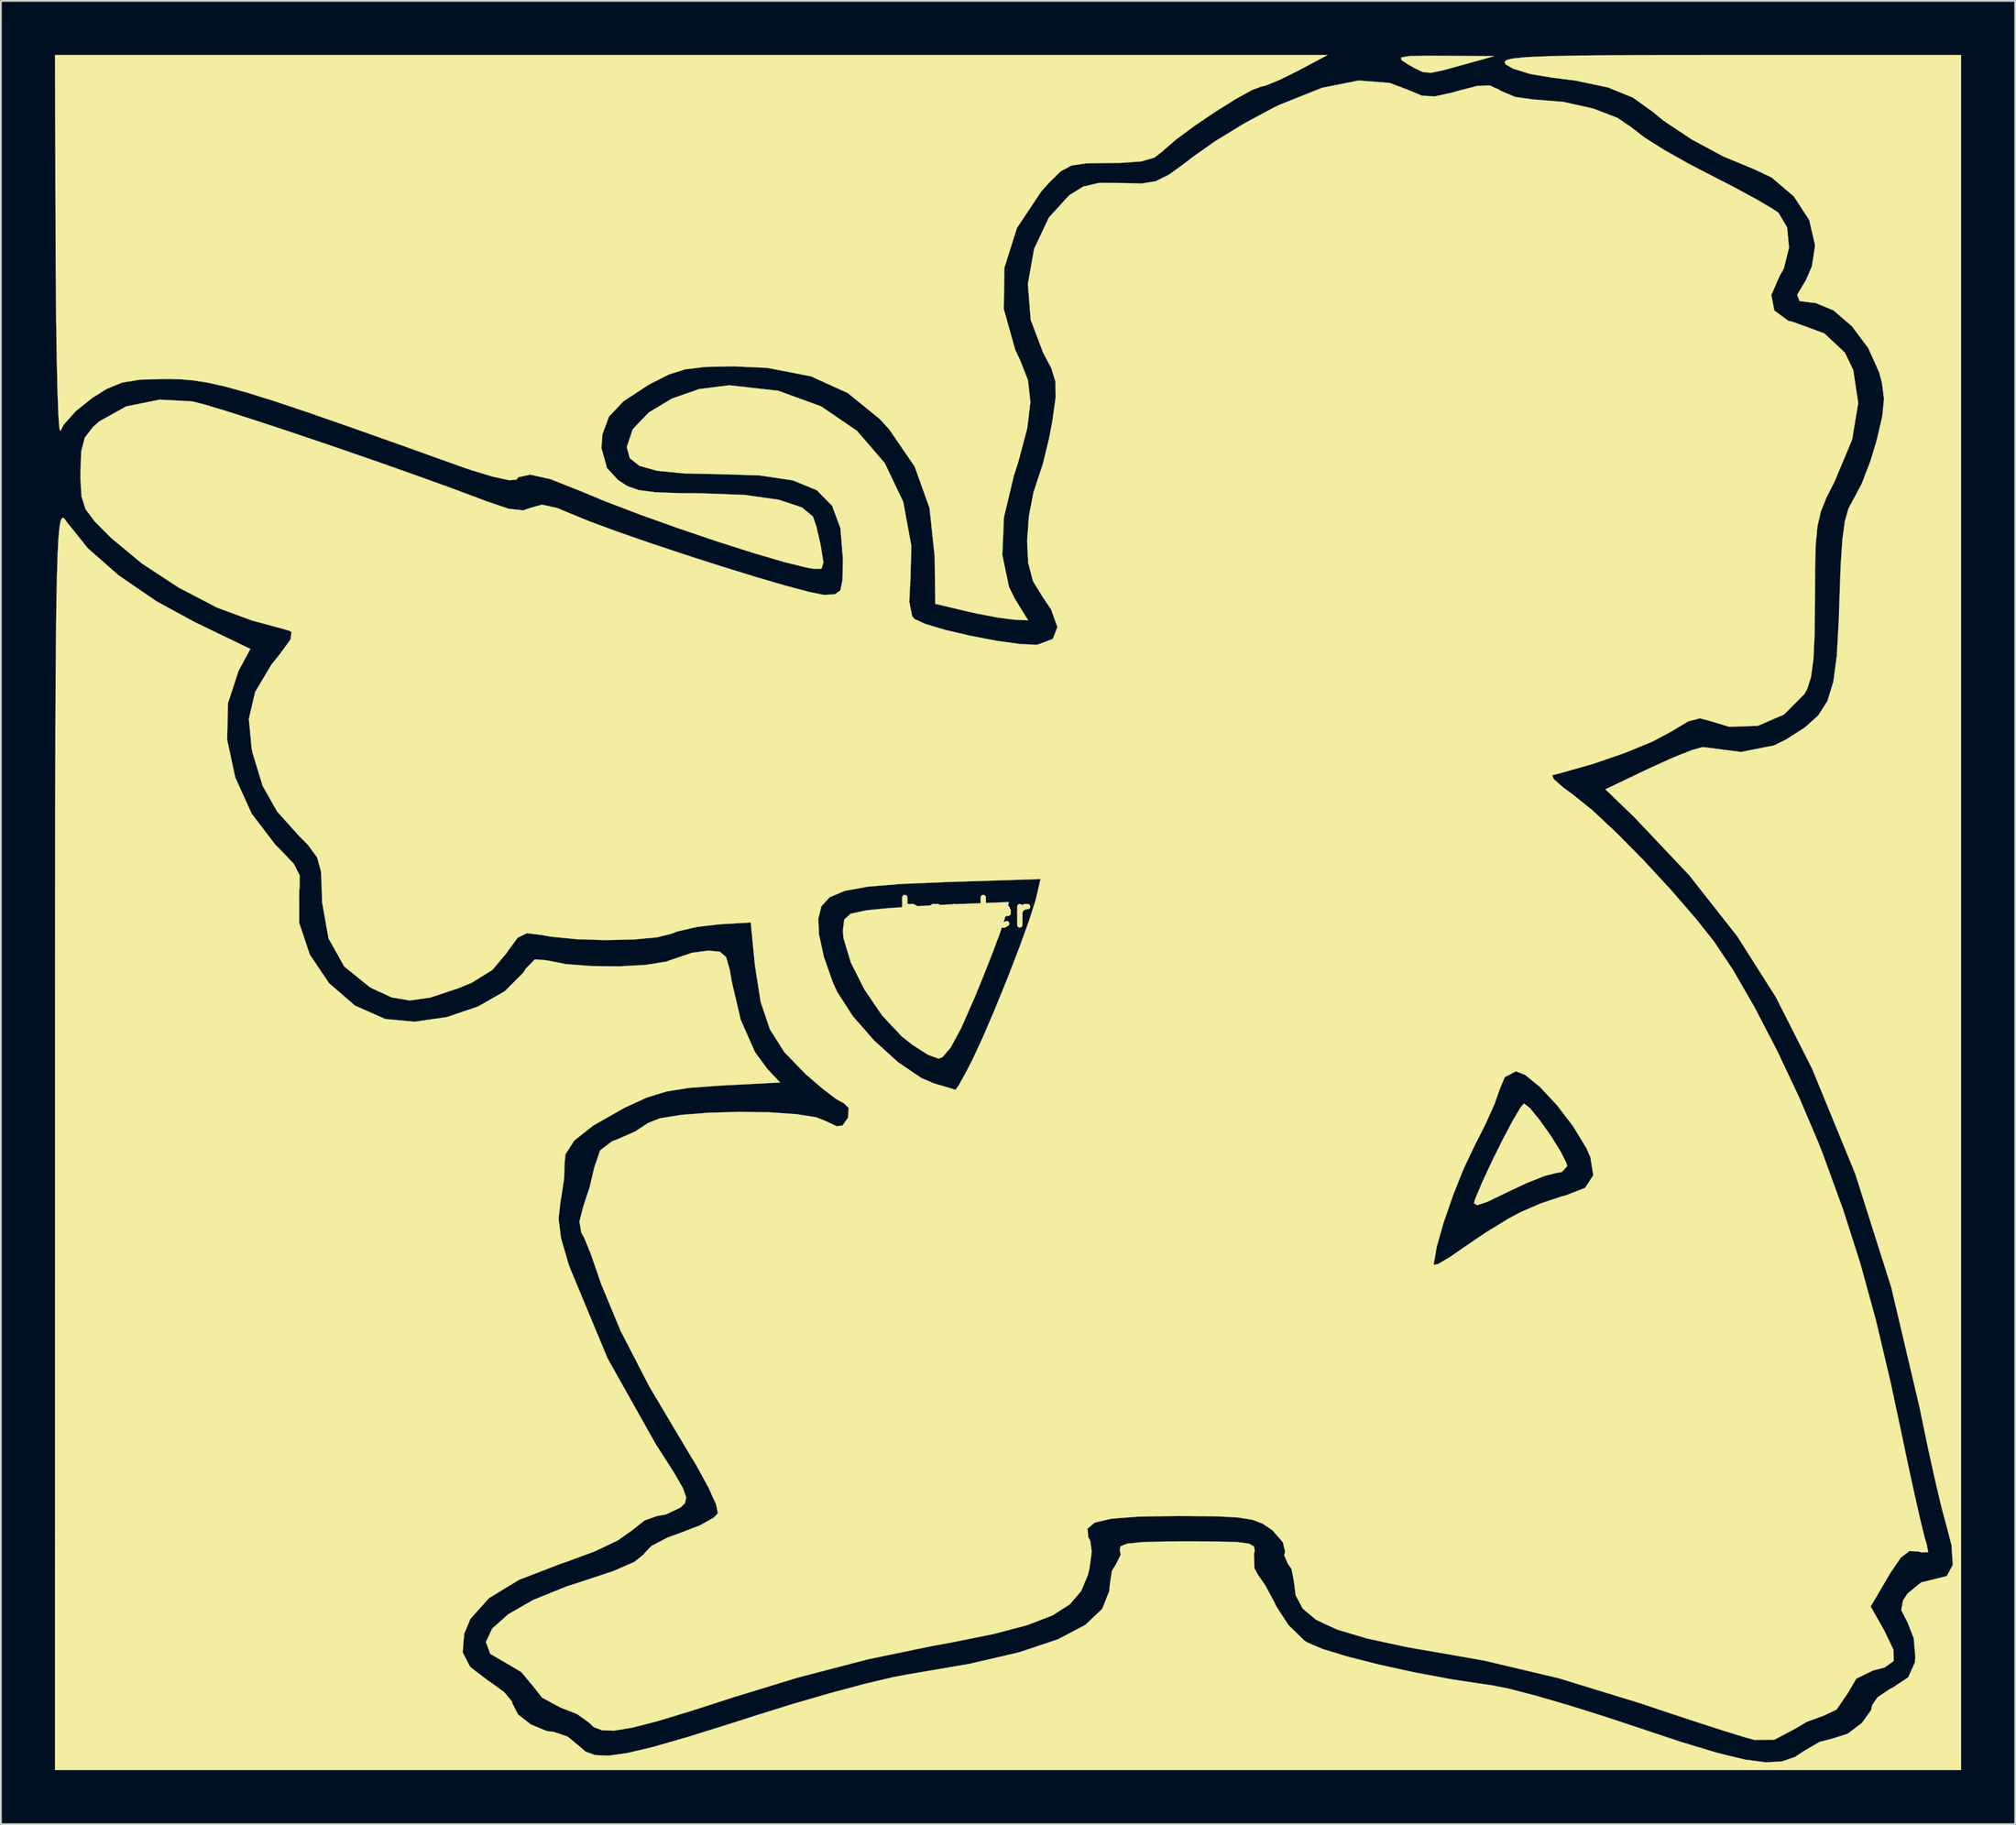
<source format=kicad_pcb>
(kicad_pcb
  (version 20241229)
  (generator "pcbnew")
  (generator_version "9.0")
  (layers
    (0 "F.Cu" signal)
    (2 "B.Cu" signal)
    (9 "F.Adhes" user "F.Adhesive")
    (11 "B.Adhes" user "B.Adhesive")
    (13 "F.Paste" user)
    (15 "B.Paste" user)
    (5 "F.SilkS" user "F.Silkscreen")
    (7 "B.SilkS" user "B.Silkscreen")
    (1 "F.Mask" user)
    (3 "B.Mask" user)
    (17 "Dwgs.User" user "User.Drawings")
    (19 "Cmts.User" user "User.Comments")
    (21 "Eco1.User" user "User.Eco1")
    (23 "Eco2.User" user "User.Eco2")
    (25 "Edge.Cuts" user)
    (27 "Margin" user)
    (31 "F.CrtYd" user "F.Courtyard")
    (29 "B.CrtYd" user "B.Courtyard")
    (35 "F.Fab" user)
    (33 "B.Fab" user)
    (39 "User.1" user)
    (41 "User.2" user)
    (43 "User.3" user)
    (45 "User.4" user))
  (footprint "border_org"
    (layer "F.Cu")
    (at 52.922 47.63)
    (property "Reference" "border_org" (at 0 0 0) (layer "F.SilkS") (effects (font (size 1.524 1.524) (thickness 0.3))))
    (attr through_hole)
    (fp_poly (pts (xy 24.165 -47.581) (xy 26.988 -47.562) (xy 25.224 -47.071) (xy 24.117 -46.766) (xy 23.46 -46.635) (xy 23.017 -46.681) (xy 22.554 -46.906) (xy 22.225 -47.096) (xy 21.843 -47.344) (xy 21.827 -47.492) (xy 22.273 -47.565) (xy 23.274 -47.584) (xy 24.165 -47.581)) (stroke (width 0.01) (type solid)) (fill yes) (layer "F.SilkS"))
    (fp_poly (pts (xy 28.976 10.861) (xy 29.517 11.524) (xy 30.129 12.39) (xy 30.671 13.253) (xy 31.002 13.909) (xy 31.044 14.086) (xy 30.753 14.409) (xy 30.427 14.468) (xy 29.804 14.624) (xy 28.792 15.025) (xy 27.746 15.519) (xy 26.644 16.052) (xy 26.052 16.255) (xy 25.871 16.152) (xy 25.917 15.956) (xy 26.335 14.961) (xy 26.885 13.78) (xy 27.479 12.584) (xy 28.031 11.543) (xy 28.454 10.827) (xy 28.646 10.603) (xy 28.976 10.861)) (stroke (width 0.01) (type solid)) (fill yes) (layer "F.SilkS"))
    (fp_poly (pts (xy -0.182 0.327) (xy -0.41 1.029) (xy -0.844 2.196) (xy -1.414 3.642) (xy -1.836 4.674) (xy -2.592 6.395) (xy -3.184 7.496) (xy -3.644 8.036) (xy -3.861 8.114) (xy -4.454 7.896) (xy -5.324 7.337) (xy -5.903 6.878) (xy -6.989 5.722) (xy -7.974 4.277) (xy -8.732 2.77) (xy -9.137 1.425) (xy -9.172 1.011) (xy -9.098 0.391) (xy -8.745 0.067) (xy -7.921 -0.111) (xy -7.673 -0.143) (xy -6.608 -0.245) (xy -5.117 -0.35) (xy -3.48 -0.438) (xy -3.064 -0.456) (xy 0.045 -0.581) (xy -0.182 0.327)) (stroke (width 0.01) (type solid)) (fill yes) (layer "F.SilkS"))
    (fp_poly (pts (xy 16.085 -46.743) (xy 15.077 -46.244) (xy 14.296 -45.924) (xy 14.029 -45.861) (xy 13.515 -45.668) (xy 12.615 -45.165) (xy 11.506 -44.47) (xy 10.365 -43.697) (xy 9.367 -42.963) (xy 8.691 -42.384) (xy 8.63 -42.319) (xy 8.128 -41.928) (xy 7.388 -41.714) (xy 6.215 -41.633) (xy 5.62 -41.628) (xy 4.342 -41.61) (xy 3.522 -41.488) (xy 2.91 -41.158) (xy 2.259 -40.515) (xy 1.841 -40.044) (xy 0.494 -38.022) (xy -0.204 -35.812) (xy -0.238 -33.517) (xy 0.403 -31.237) (xy 0.662 -30.696) (xy 1.103 -29.573) (xy 1.241 -28.362) (xy 1.067 -26.904) (xy 0.573 -25.038) (xy 0.32 -24.252) (xy -0.23 -21.951) (xy -0.319 -19.849) (xy 0.053 -18.083) (xy 0.382 -17.416) (xy 1.116 -16.228) (xy 0.293 -16.27) (xy -0.534 -16.375) (xy -1.696 -16.596) (xy -2.285 -16.728) (xy -4.041 -17.144) (xy -4.073 -19.773) (xy -4.36 -22.461) (xy -5.186 -24.772) (xy -6.605 -26.842) (xy -7.149 -27.432) (xy -8.901 -28.852) (xy -10.941 -29.779) (xy -13.384 -30.252) (xy -15.271 -30.336) (xy -16.815 -30.303) (xy -17.914 -30.172) (xy -18.831 -29.884) (xy -19.825 -29.381) (xy -20.008 -29.277) (xy -21.365 -28.387) (xy -22.164 -27.534) (xy -22.524 -26.556) (xy -22.578 -25.802) (xy -22.268 -24.681) (xy -21.648 -24.014) (xy -21.13 -23.677) (xy -20.501 -23.461) (xy -19.601 -23.341) (xy -18.266 -23.291) (xy -17.051 -23.283) (xy -14.625 -23.192) (xy -12.738 -22.927) (xy -11.443 -22.498) (xy -10.835 -21.994) (xy -10.653 -21.474) (xy -10.439 -20.569) (xy -10.391 -20.323) (xy -10.252 -19.449) (xy -10.359 -19.096) (xy -10.822 -19.091) (xy -11.153 -19.152) (xy -12.405 -19.458) (xy -14.139 -19.966) (xy -16.177 -20.617) (xy -18.345 -21.352) (xy -20.469 -22.113) (xy -22.373 -22.839) (xy -23.768 -23.42) (xy -25.411 -24.071) (xy -26.532 -24.321) (xy -27.183 -24.179) (xy -27.311 -24.036) (xy -27.704 -24.011) (xy -28.593 -24.203) (xy -29.819 -24.573) (xy -30.419 -24.78) (xy -33.817 -25.999) (xy -36.626 -26.995) (xy -38.921 -27.793) (xy -40.774 -28.413) (xy -42.26 -28.877) (xy -43.452 -29.208) (xy -44.424 -29.427) (xy -45.25 -29.557) (xy -46.002 -29.618) (xy -46.743 -29.633) (xy -48.18 -29.596) (xy -49.187 -29.435) (xy -50.041 -29.083) (xy -50.835 -28.591) (xy -51.77 -27.843) (xy -52.439 -27.088) (xy -52.617 -26.739) (xy -52.674 -26.873) (xy -52.729 -27.636) (xy -52.778 -28.951) (xy -52.82 -30.74) (xy -52.853 -32.928) (xy -52.875 -35.437) (xy -52.882 -36.777) (xy -52.917 -47.625) (xy 17.744 -47.625) (xy 16.085 -46.743)) (stroke (width 0.01) (type solid)) (fill yes) (layer "F.SilkS"))
    (fp_poly (pts (xy 52.917 47.625) (xy -52.917 47.625) (xy -52.915 12.435) (xy -52.915 6.68) (xy -52.913 1.59) (xy -52.91 -2.873) (xy -52.904 -6.749) (xy -52.895 -10.078) (xy -52.882 -12.898) (xy -52.864 -15.249) (xy -52.84 -17.171) (xy -52.81 -18.704) (xy -52.773 -19.886) (xy -52.728 -20.757) (xy -52.674 -21.357) (xy -52.611 -21.725) (xy -52.538 -21.9) (xy -52.454 -21.923) (xy -52.359 -21.832) (xy -52.26 -21.682) (xy -51.091 -20.226) (xy -49.377 -18.719) (xy -47.262 -17.273) (xy -45.113 -16.105) (xy -42.072 -14.64) (xy -42.732 -13.411) (xy -43.314 -11.627) (xy -43.36 -9.601) (xy -42.91 -7.502) (xy -42.002 -5.497) (xy -40.675 -3.754) (xy -40.444 -3.527) (xy -39.663 -2.711) (xy -39.333 -2.068) (xy -39.338 -1.351) (xy -39.362 -1.212) (xy -39.36 0.57) (xy -38.773 2.332) (xy -37.708 3.917) (xy -36.27 5.165) (xy -34.578 5.915) (xy -32.95 6.065) (xy -31.165 5.808) (xy -29.429 5.219) (xy -27.943 4.371) (xy -26.912 3.337) (xy -26.78 3.117) (xy -26.273 2.602) (xy -25.634 2.651) (xy -24.564 2.863) (xy -23.129 2.975) (xy -21.565 2.989) (xy -20.108 2.907) (xy -18.992 2.729) (xy -18.627 2.601) (xy -17.545 2.234) (xy -16.638 2.117) (xy -16.004 2.175) (xy -15.655 2.472) (xy -15.449 3.192) (xy -15.352 3.792) (xy -14.842 5.965) (xy -14.049 7.757) (xy -13.368 8.683) (xy -12.658 9.439) (xy -15.942 9.609) (xy -17.673 9.733) (xy -18.959 9.935) (xy -20.06 10.275) (xy -21.235 10.815) (xy -21.377 10.887) (xy -23.039 11.834) (xy -24.084 12.66) (xy -24.577 13.428) (xy -24.627 13.969) (xy -24.649 14.747) (xy -24.804 15.805) (xy -24.846 16.011) (xy -24.958 17) (xy -24.825 18.076) (xy -24.411 19.495) (xy -24.336 19.715) (xy -22.238 24.761) (xy -19.552 29.545) (xy -19.386 29.801) (xy -18.548 31.107) (xy -18.058 31.958) (xy -17.871 32.482) (xy -17.94 32.808) (xy -18.199 33.051) (xy -19.011 33.434) (xy -19.487 33.514) (xy -20.179 33.758) (xy -20.919 34.342) (xy -21.676 34.875) (xy -22.953 35.481) (xy -24.579 36.081) (xy -24.804 36.154) (xy -27.148 37.057) (xy -28.823 38.077) (xy -29.858 39.235) (xy -30.201 40.067) (xy -30.282 41.09) (xy -29.866 41.899) (xy -28.861 42.668) (xy -28.76 42.728) (xy -27.977 43.297) (xy -27.546 43.817) (xy -27.517 43.936) (xy -27.217 44.527) (xy -26.495 45.095) (xy -25.616 45.459) (xy -25.224 45.508) (xy -24.461 45.764) (xy -23.857 46.257) (xy -23.459 46.603) (xy -22.925 46.796) (xy -22.17 46.825) (xy -21.114 46.675) (xy -19.674 46.332) (xy -17.768 45.783) (xy -15.312 45.014) (xy -14.167 44.645) (xy -12.008 43.971) (xy -9.868 43.35) (xy -7.925 42.83) (xy -6.354 42.459) (xy -5.589 42.316) (xy -2.143 41.726) (xy 0.63 41.081) (xy 2.762 40.366) (xy 4.284 39.568) (xy 5.229 38.672) (xy 5.627 37.665) (xy 5.644 37.379) (xy 5.765 36.572) (xy 6.021 36.145) (xy 6.253 35.663) (xy 6.209 35.418) (xy 6.24 35.199) (xy 6.604 35.053) (xy 7.403 34.969) (xy 8.738 34.931) (xy 9.93 34.925) (xy 11.631 34.932) (xy 12.741 34.966) (xy 13.378 35.051) (xy 13.657 35.207) (xy 13.694 35.459) (xy 13.654 35.637) (xy 13.68 36.416) (xy 13.878 36.783) (xy 14.284 37.372) (xy 14.78 38.29) (xy 14.9 38.543) (xy 15.58 39.587) (xy 16.456 40.434) (xy 16.603 40.532) (xy 17.459 40.899) (xy 18.853 41.325) (xy 20.624 41.774) (xy 22.611 42.208) (xy 24.653 42.589) (xy 26.589 42.88) (xy 26.811 42.908) (xy 27.788 43.101) (xy 29.275 43.487) (xy 31.118 44.023) (xy 33.165 44.665) (xy 34.798 45.208) (xy 37.366 46.063) (xy 39.374 46.67) (xy 40.914 47.044) (xy 42.083 47.198) (xy 42.975 47.146) (xy 43.684 46.901) (xy 44.193 46.567) (xy 45.056 46.063) (xy 45.829 45.861) (xy 46.619 45.61) (xy 47.406 45.013) (xy 47.917 44.303) (xy 47.985 44.009) (xy 48.281 43.581) (xy 48.997 43.105) (xy 49.132 43.039) (xy 49.983 42.473) (xy 50.341 41.674) (xy 50.38 41.383) (xy 50.288 40.302) (xy 49.945 39.425) (xy 49.594 38.748) (xy 49.694 38.207) (xy 49.944 37.818) (xy 50.705 37.201) (xy 51.36 37.042) (xy 52.123 36.85) (xy 52.459 36.232) (xy 52.384 35.127) (xy 52.115 34.093) (xy 51.835 33.052) (xy 51.471 31.515) (xy 51.066 29.681) (xy 50.666 27.747) (xy 50.622 27.528) (xy 49.043 20.826) (xy 47.042 14.515) (xy 44.647 8.677) (xy 42.623 4.681) (xy 40.487 1.317) (xy 37.827 -2.065) (xy 34.794 -5.274) (xy 33.167 -6.844) (xy 35.722 -8.063) (xy 36.96 -8.623) (xy 37.966 -9.02) (xy 38.563 -9.188) (xy 38.629 -9.185) (xy 40.689 -8.916) (xy 42.529 -9.28) (xy 43.182 -9.599) (xy 44.224 -10.264) (xy 44.978 -10.935) (xy 45.495 -11.742) (xy 45.825 -12.814) (xy 46.019 -14.282) (xy 46.128 -16.276) (xy 46.158 -17.211) (xy 46.231 -19.249) (xy 46.327 -20.711) (xy 46.464 -21.727) (xy 46.659 -22.428) (xy 46.931 -22.942) (xy 46.962 -22.987) (xy 47.404 -23.827) (xy 47.88 -25.063) (xy 48.225 -26.204) (xy 48.542 -27.56) (xy 48.637 -28.539) (xy 48.522 -29.428) (xy 48.365 -30.01) (xy 47.758 -31.357) (xy 46.859 -32.557) (xy 45.829 -33.445) (xy 44.826 -33.856) (xy 44.662 -33.867) (xy 43.945 -33.961) (xy 43.817 -34.313) (xy 44.246 -35.029) (xy 44.285 -35.081) (xy 44.633 -35.889) (xy 44.8 -36.962) (xy 44.803 -37.097) (xy 44.483 -38.468) (xy 43.629 -39.775) (xy 42.401 -40.821) (xy 41.423 -41.284) (xy 39.746 -41.976) (xy 37.972 -42.929) (xy 36.412 -43.965) (xy 35.807 -44.462) (xy 34.698 -45.259) (xy 33.312 -45.822) (xy 31.483 -46.208) (xy 30.219 -46.366) (xy 29.006 -46.569) (xy 28.036 -46.868) (xy 27.636 -47.103) (xy 27.563 -47.239) (xy 27.688 -47.35) (xy 28.073 -47.438) (xy 28.779 -47.505) (xy 29.868 -47.555) (xy 31.402 -47.589) (xy 33.444 -47.61) (xy 36.056 -47.621) (xy 39.298 -47.625) (xy 40.015 -47.625) (xy 52.917 -47.625) (xy 52.917 47.625)) (stroke (width 0.01) (type solid)) (fill yes) (layer "F.SilkS"))
    (fp_poly (pts (xy 21.188 -46.074) (xy 22.248 -45.673) (xy 22.982 -45.366) (xy 23.686 -45.324) (xy 24.667 -45.541) (xy 24.981 -45.632) (xy 26.061 -45.91) (xy 26.734 -45.934) (xy 27.252 -45.704) (xy 27.336 -45.644) (xy 28.164 -45.294) (xy 29.154 -45.156) (xy 30.834 -45.02) (xy 32.473 -44.657) (xy 33.844 -44.132) (xy 34.676 -43.561) (xy 35.316 -43.058) (xy 36.419 -42.361) (xy 37.808 -41.578) (xy 38.806 -41.06) (xy 40.261 -40.312) (xy 41.526 -39.627) (xy 42.437 -39.095) (xy 42.774 -38.863) (xy 43.259 -38.046) (xy 43.361 -36.92) (xy 43.077 -35.773) (xy 42.839 -35.351) (xy 42.378 -34.293) (xy 42.547 -33.431) (xy 43.31 -32.872) (xy 43.647 -32.78) (xy 45.326 -32.161) (xy 46.465 -31.093) (xy 46.929 -30.134) (xy 47.204 -28.3) (xy 46.867 -26.265) (xy 45.908 -23.971) (xy 45.888 -23.932) (xy 45.435 -23.032) (xy 45.129 -22.267) (xy 44.942 -21.461) (xy 44.845 -20.442) (xy 44.808 -19.036) (xy 44.803 -17.445) (xy 44.783 -15.456) (xy 44.714 -14.041) (xy 44.582 -13.069) (xy 44.371 -12.411) (xy 44.221 -12.14) (xy 43.087 -10.998) (xy 41.628 -10.369) (xy 40.047 -10.315) (xy 39.058 -10.613) (xy 38.42 -10.787) (xy 37.758 -10.617) (xy 36.863 -10.075) (xy 35.789 -9.499) (xy 34.242 -8.862) (xy 32.438 -8.242) (xy 30.595 -7.721) (xy 30.212 -7.629) (xy 30.296 -7.413) (xy 30.841 -6.934) (xy 31.386 -6.534) (xy 32.433 -5.69) (xy 33.777 -4.434) (xy 35.28 -2.91) (xy 36.803 -1.263) (xy 38.209 0.364) (xy 39.181 1.587) (xy 40.251 3.183) (xy 41.457 5.275) (xy 42.709 7.688) (xy 43.918 10.25) (xy 44.997 12.787) (xy 45.253 13.442) (xy 46.362 16.491) (xy 47.316 19.47) (xy 48.174 22.589) (xy 48.996 26.06) (xy 49.548 28.645) (xy 49.961 30.613) (xy 50.345 32.374) (xy 50.669 33.795) (xy 50.903 34.745) (xy 50.997 35.054) (xy 51.091 35.523) (xy 50.704 35.532) (xy 50.541 35.484) (xy 50.043 35.463) (xy 49.567 35.831) (xy 48.971 36.709) (xy 48.859 36.898) (xy 47.897 38.54) (xy 48.665 39.906) (xy 49.161 40.94) (xy 49.176 41.566) (xy 48.669 41.928) (xy 48.026 42.094) (xy 47.097 42.55) (xy 46.642 43.328) (xy 46.003 44.267) (xy 45.278 44.607) (xy 44.349 44.945) (xy 43.744 45.306) (xy 42.545 45.941) (xy 41.451 45.953) (xy 40.892 45.8) (xy 39.792 45.46) (xy 38.28 44.972) (xy 36.483 44.379) (xy 35.101 43.915) (xy 30.581 42.527) (xy 26.475 41.555) (xy 25.047 41.3) (xy 22.177 40.803) (xy 19.943 40.321) (xy 18.274 39.824) (xy 17.102 39.279) (xy 16.358 38.656) (xy 15.972 37.924) (xy 15.875 37.16) (xy 15.739 36.449) (xy 15.538 36.169) (xy 15.337 35.708) (xy 15.383 35.485) (xy 15.256 34.969) (xy 14.705 34.337) (xy 14.614 34.262) (xy 14.141 33.943) (xy 13.586 33.729) (xy 12.806 33.601) (xy 11.655 33.536) (xy 9.988 33.515) (xy 9.344 33.514) (xy 7.218 33.549) (xy 5.73 33.665) (xy 4.816 33.881) (xy 4.412 34.215) (xy 4.454 34.685) (xy 4.559 34.882) (xy 4.646 35.487) (xy 4.519 36.446) (xy 4.427 36.81) (xy 4.053 37.692) (xy 3.429 38.42) (xy 2.47 39.033) (xy 1.09 39.569) (xy -0.795 40.067) (xy -3.273 40.566) (xy -4.19 40.73) (xy -7.766 41.471) (xy -11.663 42.485) (xy -15.182 43.562) (xy -17.623 44.351) (xy -19.49 44.916) (xy -20.871 45.271) (xy -21.857 45.433) (xy -22.537 45.418) (xy -23 45.24) (xy -23.285 44.978) (xy -23.93 44.514) (xy -24.827 44.164) (xy -25.868 43.608) (xy -26.373 42.964) (xy -27.028 42.182) (xy -27.873 41.68) (xy -28.75 41.17) (xy -28.992 40.517) (xy -28.645 39.768) (xy -27.752 38.971) (xy -26.359 38.174) (xy -24.51 37.426) (xy -23.671 37.156) (xy -21.911 36.572) (xy -20.746 36.062) (xy -20.224 35.646) (xy -20.205 35.598) (xy -19.803 35.182) (xy -18.923 34.72) (xy -18.177 34.445) (xy -17.106 34.035) (xy -16.343 33.608) (xy -16.11 33.363) (xy -16.209 32.876) (xy -16.627 31.949) (xy -17.291 30.73) (xy -17.873 29.765) (xy -19.92 26.321) (xy -21.507 23.246) (xy -22.609 20.593) (xy -22.779 20.086) (xy -22.957 19.572) (xy 23.636 19.572) (xy 23.891 19.515) (xy 24.554 19.121) (xy 25.312 18.595) (xy 26.536 17.763) (xy 27.802 16.991) (xy 28.399 16.668) (xy 29.574 16.156) (xy 30.723 15.771) (xy 30.954 15.714) (xy 32.044 15.289) (xy 32.495 14.59) (xy 32.331 13.568) (xy 32.102 13.065) (xy 31.37 11.862) (xy 30.468 10.687) (xy 29.536 9.689) (xy 28.711 9.018) (xy 28.201 8.819) (xy 27.58 9.141) (xy 27.307 9.79) (xy 27.026 10.595) (xy 26.509 11.754) (xy 25.901 12.954) (xy 25.304 14.21) (xy 24.705 15.711) (xy 24.178 17.239) (xy 23.798 18.58) (xy 23.637 19.517) (xy 23.636 19.572) (xy -22.957 19.572) (xy -23.168 18.961) (xy -23.522 18.093) (xy -23.698 17.77) (xy -23.799 17.156) (xy -23.595 16.359) (xy -23.233 15.255) (xy -22.969 14.14) (xy -22.646 13.205) (xy -21.978 12.698) (xy -21.695 12.595) (xy -20.703 12.159) (xy -19.982 11.684) (xy -19.329 11.427) (xy -18.151 11.239) (xy -16.629 11.119) (xy -14.939 11.071) (xy -13.261 11.095) (xy -11.773 11.195) (xy -10.654 11.371) (xy -10.123 11.584) (xy -9.509 11.871) (xy -9.188 11.828) (xy -8.879 11.387) (xy -8.852 10.853) (xy -9.122 10.584) (xy -9.134 10.583) (xy -9.538 10.363) (xy -10.293 9.786) (xy -11.227 8.984) (xy -12.418 7.759) (xy -13.222 6.492) (xy -13.734 4.972) (xy -14.048 2.991) (xy -14.082 2.657) (xy -14.287 0.551) (xy -16.051 0.654) (xy -17.287 0.801) (xy -18.365 1.052) (xy -18.697 1.18) (xy -19.514 1.38) (xy -20.812 1.498) (xy -22.371 1.531) (xy -23.972 1.479) (xy -25.393 1.339) (xy -25.968 1.236) (xy -26.715 1.147) (xy -27.227 1.396) (xy -27.763 2.122) (xy -27.837 2.241) (xy -28.625 3.181) (xy -29.769 3.893) (xy -30.546 4.214) (xy -32.07 4.719) (xy -33.217 4.886) (xy -34.227 4.713) (xy -35.346 4.194) (xy -35.454 4.134) (xy -36.861 2.994) (xy -37.732 1.435) (xy -37.924 0.346) (xy -10.536 0.346) (xy -10.498 1.222) (xy -10.227 2.463) (xy -9.74 3.855) (xy -9.49 4.404) (xy -8.629 5.745) (xy -7.44 7.106) (xy -6.109 8.311) (xy -4.82 9.187) (xy -4.107 9.493) (xy -3.327 9.721) (xy -2.924 9.843) (xy -2.916 9.846) (xy -2.727 9.579) (xy -2.33 8.857) (xy -1.992 8.202) (xy -1.419 6.975) (xy -0.743 5.398) (xy -0.036 3.658) (xy 0.625 1.946) (xy 1.167 0.449) (xy 1.516 -0.643) (xy 1.567 -0.842) (xy 1.802 -1.861) (xy -3.487 -1.691) (xy -5.944 -1.588) (xy -7.778 -1.437) (xy -9.071 -1.202) (xy -9.907 -0.849) (xy -10.368 -0.344) (xy -10.536 0.346) (xy -37.924 0.346) (xy -38.088 -0.582) (xy -38.099 -1.077) (xy -38.146 -2.272) (xy -38.366 -3.066) (xy -38.88 -3.766) (xy -39.365 -4.252) (xy -40.583 -5.609) (xy -41.387 -7.032) (xy -41.935 -8.819) (xy -42.001 -9.116) (xy -42.154 -10.76) (xy -41.806 -12.247) (xy -40.9 -13.769) (xy -40.416 -14.375) (xy -39.841 -15.163) (xy -39.785 -15.576) (xy -39.921 -15.658) (xy -40.533 -15.827) (xy -41.522 -16.096) (xy -41.981 -16.218) (xy -43.915 -16.933) (xy -46.039 -18.039) (xy -48.091 -19.384) (xy -49.787 -20.792) (xy -50.705 -21.711) (xy -51.22 -22.399) (xy -51.447 -23.103) (xy -51.504 -24.068) (xy -51.506 -24.422) (xy -51.461 -25.617) (xy -51.262 -26.375) (xy -50.812 -26.962) (xy -50.459 -27.276) (xy -48.961 -28.111) (xy -47.103 -28.484) (xy -45.286 -28.386) (xy -44.564 -28.201) (xy -43.298 -27.817) (xy -41.609 -27.275) (xy -39.618 -26.615) (xy -37.443 -25.878) (xy -35.206 -25.105) (xy -33.027 -24.336) (xy -31.025 -23.614) (xy -29.321 -22.978) (xy -28.973 -22.844) (xy -27.736 -22.427) (xy -26.936 -22.334) (xy -26.471 -22.488) (xy -25.88 -22.652) (xy -25.033 -22.464) (xy -24.309 -22.164) (xy -23.218 -21.716) (xy -21.7 -21.156) (xy -19.888 -20.526) (xy -17.915 -19.868) (xy -15.912 -19.225) (xy -14.013 -18.639) (xy -12.35 -18.152) (xy -11.056 -17.807) (xy -10.262 -17.645) (xy -10.162 -17.639) (xy -9.606 -17.674) (xy -9.311 -17.894) (xy -9.194 -18.466) (xy -9.172 -19.561) (xy -9.172 -19.677) (xy -9.308 -21.345) (xy -9.765 -22.586) (xy -10.618 -23.453) (xy -11.943 -24) (xy -13.814 -24.277) (xy -15.835 -24.342) (xy -17.969 -24.386) (xy -19.486 -24.533) (xy -20.469 -24.808) (xy -21.001 -25.234) (xy -21.167 -25.835) (xy -21.167 -25.859) (xy -20.839 -26.842) (xy -19.958 -27.766) (xy -18.674 -28.541) (xy -17.139 -29.076) (xy -15.502 -29.28) (xy -15.469 -29.281) (xy -12.762 -28.978) (xy -10.382 -28.113) (xy -8.389 -26.753) (xy -6.848 -24.964) (xy -5.821 -22.812) (xy -5.371 -20.365) (xy -5.415 -18.669) (xy -5.485 -17.269) (xy -5.329 -16.473) (xy -5.194 -16.302) (xy -4.572 -16.017) (xy -3.463 -15.691) (xy -2.082 -15.368) (xy -0.643 -15.094) (xy 0.64 -14.914) (xy 1.552 -14.871) (xy 1.635 -14.878) (xy 2.487 -15.194) (xy 2.74 -15.857) (xy 2.389 -16.836) (xy 1.969 -17.456) (xy 1.39 -18.393) (xy 1.118 -19.42) (xy 1.058 -20.625) (xy 1.157 -22.007) (xy 1.409 -23.323) (xy 1.588 -23.867) (xy 1.935 -24.924) (xy 2.277 -26.321) (xy 2.47 -27.346) (xy 2.643 -28.614) (xy 2.634 -29.479) (xy 2.402 -30.231) (xy 1.945 -31.095) (xy 1.256 -32.925) (xy 1.101 -34.911) (xy 1.449 -36.865) (xy 2.269 -38.603) (xy 3.39 -39.831) (xy 4.166 -40.315) (xy 5.047 -40.521) (xy 6.325 -40.516) (xy 6.345 -40.515) (xy 7.416 -40.488) (xy 8.202 -40.616) (xy 8.957 -40.992) (xy 9.934 -41.71) (xy 10.231 -41.944) (xy 11.509 -42.845) (xy 13.125 -43.831) (xy 14.766 -44.712) (xy 15.046 -44.848) (xy 17.431 -45.802) (xy 19.455 -46.208) (xy 21.188 -46.074)) (stroke (width 0.01) (type solid)) (fill yes) (layer "F.SilkS")))
  (gr_rect
    (start -3 -3)
    (end 108.843 98.26)
    (stroke (width 0.1) (type default))
    (fill no)
    (layer "Edge.Cuts")))
</source>
